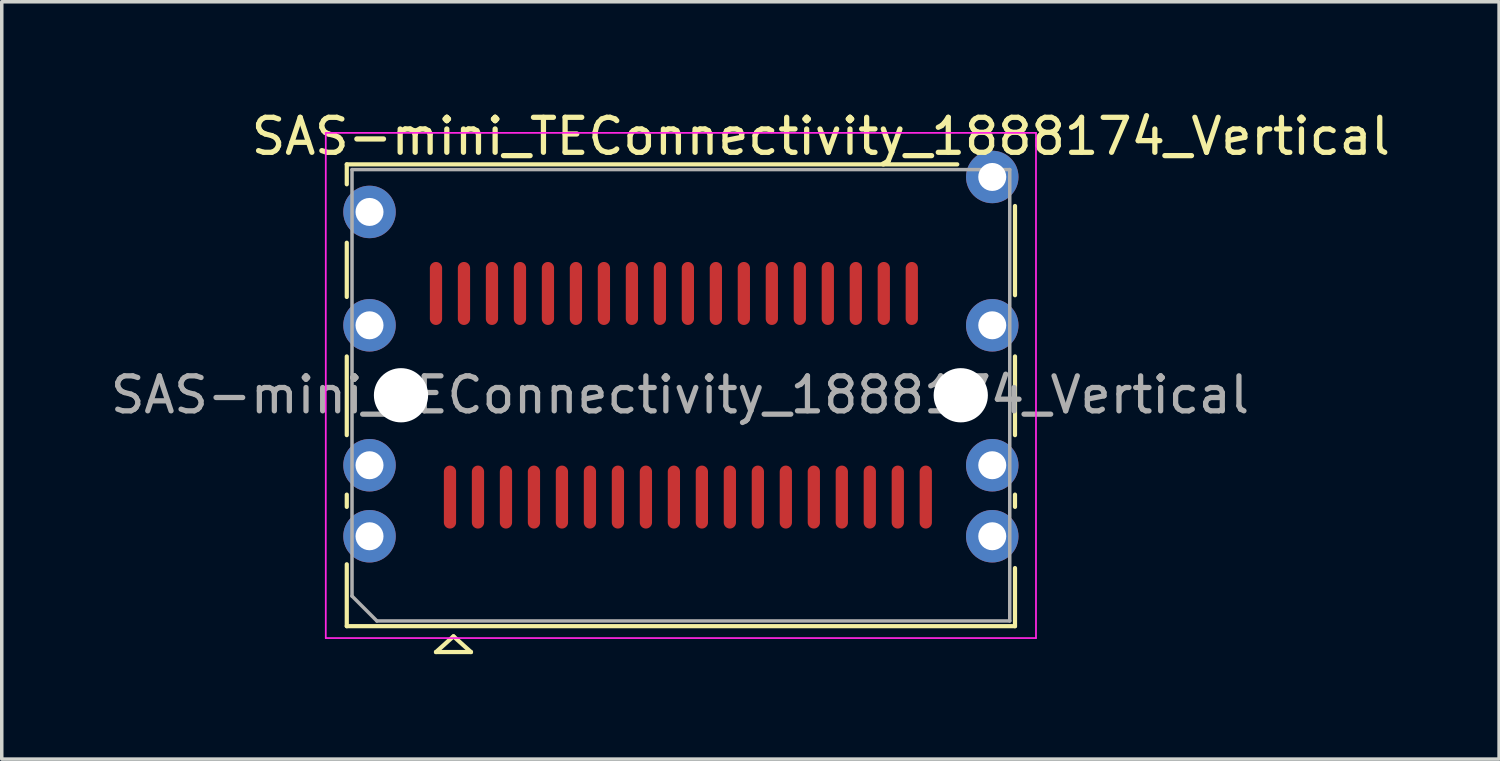
<source format=kicad_pcb>
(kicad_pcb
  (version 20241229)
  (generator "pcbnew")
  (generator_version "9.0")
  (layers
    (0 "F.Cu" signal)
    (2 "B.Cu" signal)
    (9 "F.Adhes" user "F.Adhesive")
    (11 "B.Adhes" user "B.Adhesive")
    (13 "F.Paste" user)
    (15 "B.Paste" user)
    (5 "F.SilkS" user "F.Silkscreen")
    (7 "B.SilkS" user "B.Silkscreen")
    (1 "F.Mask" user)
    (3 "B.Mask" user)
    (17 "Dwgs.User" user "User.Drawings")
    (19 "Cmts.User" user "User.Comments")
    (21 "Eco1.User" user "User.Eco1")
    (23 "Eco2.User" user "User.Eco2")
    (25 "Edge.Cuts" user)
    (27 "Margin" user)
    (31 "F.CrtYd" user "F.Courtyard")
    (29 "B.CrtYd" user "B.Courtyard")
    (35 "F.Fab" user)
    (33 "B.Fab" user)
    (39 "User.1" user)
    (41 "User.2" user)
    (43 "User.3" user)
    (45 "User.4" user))
  (footprint "SAS-mini_TEConnectivity_1888174_Vertical"
    (layer "F.Cu")
    (at 16.412 8.248)
    (property "Reference" "SAS-mini_TEConnectivity_1888174_Vertical" (at 4 -7.4 0) (layer "F.SilkS") (effects (font (size 1 1) (thickness 0.15))))
    (attr smd)
    (fp_line (start -9.55 -6.6) (end -9.55 -6.03) (stroke (width 0.12) (type solid)) (layer "F.SilkS"))
    (fp_line (start -9.55 -4.36) (end -9.55 -2.81) (stroke (width 0.12) (type solid)) (layer "F.SilkS"))
    (fp_line (start -9.55 -1.11) (end -9.55 1.14) (stroke (width 0.12) (type solid)) (layer "F.SilkS"))
    (fp_line (start -9.55 2.84) (end -9.55 3.19) (stroke (width 0.12) (type solid)) (layer "F.SilkS"))
    (fp_line (start -9.55 4.831) (end -9.55 6.6) (stroke (width 0.12) (type solid)) (layer "F.SilkS"))
    (fp_line (start -9.55 6.6) (end 9.55 6.6) (stroke (width 0.12) (type solid)) (layer "F.SilkS"))
    (fp_line (start -7 7.34) (end -6 7.34) (stroke (width 0.12) (type solid)) (layer "F.SilkS"))
    (fp_line (start -6.5 6.89) (end -7 7.34) (stroke (width 0.12) (type solid)) (layer "F.SilkS"))
    (fp_line (start -6 7.34) (end -6.5 6.89) (stroke (width 0.12) (type solid)) (layer "F.SilkS"))
    (fp_line (start 7.9 -6.6) (end -9.55 -6.6) (stroke (width 0.12) (type solid)) (layer "F.SilkS"))
    (fp_line (start 9.55 -5.41) (end 9.55 -2.86) (stroke (width 0.12) (type solid)) (layer "F.SilkS"))
    (fp_line (start 9.55 -1.11) (end 9.55 1.14) (stroke (width 0.12) (type solid)) (layer "F.SilkS"))
    (fp_line (start 9.55 2.84) (end 9.55 3.19) (stroke (width 0.12) (type solid)) (layer "F.SilkS"))
    (fp_line (start 9.55 4.94) (end 9.55 6.6) (stroke (width 0.12) (type solid)) (layer "F.SilkS"))
    (fp_line (start -10.15 -7.5) (end -10.15 6.94) (stroke (width 0.05) (type solid)) (layer "F.CrtYd"))
    (fp_line (start -10.15 -7.5) (end 10.15 -7.5) (stroke (width 0.05) (type solid)) (layer "F.CrtYd"))
    (fp_line (start 10.15 6.94) (end -10.15 6.94) (stroke (width 0.05) (type solid)) (layer "F.CrtYd"))
    (fp_line (start 10.15 6.94) (end 10.15 -7.5) (stroke (width 0.05) (type solid)) (layer "F.CrtYd"))
    (fp_line (start -9.4 -6.45) (end -9.4 5.74) (stroke (width 0.1) (type solid)) (layer "F.Fab"))
    (fp_line (start -9.4 5.74) (end -8.69 6.45) (stroke (width 0.1) (type solid)) (layer "F.Fab"))
    (fp_line (start -8.69 6.45) (end 9.4 6.45) (stroke (width 0.1) (type solid)) (layer "F.Fab"))
    (fp_line (start 9.4 -6.45) (end -9.4 -6.45) (stroke (width 0.1) (type solid)) (layer "F.Fab"))
    (fp_line (start 9.4 6.45) (end 9.4 -6.45) (stroke (width 0.1) (type solid)) (layer "F.Fab"))
    (fp_text user "${REFERENCE}" (at -0.025 -0.01 0) (layer "F.Fab") (effects (font (size 1 1) (thickness 0.15))))
    (pad "" np_thru_hole circle (at -8 0) (size 1.55 1.55) (drill 1.55) (layers "*.Mask" "B.Cu"))
    (pad "" np_thru_hole circle (at 8 0) (size 1.55 1.55) (drill 1.55) (layers "*.Mask" "B.Cu"))
    (pad "1" thru_hole circle (at -8.9 -5.24) (size 1.5 1.5) (drill 0.8) (property pad_prop_mechanical) (layers "*.Cu" "*.Mask"))
    (pad "2" thru_hole circle (at -8.9 -2) (size 1.5 1.5) (drill 0.8) (property pad_prop_mechanical) (layers "*.Cu" "*.Mask"))
    (pad "3" thru_hole circle (at -8.9 2) (size 1.5 1.5) (drill 0.8) (property pad_prop_mechanical) (layers "*.Cu" "*.Mask"))
    (pad "4" thru_hole circle (at -8.9 4.03) (size 1.5 1.5) (drill 0.8) (property pad_prop_mechanical) (layers "*.Cu" "*.Mask"))
    (pad "5" thru_hole circle (at 8.9 -6.24) (size 1.5 1.5) (drill 0.8) (property pad_prop_mechanical) (layers "*.Cu" "*.Mask"))
    (pad "6" thru_hole circle (at 8.9 -2) (size 1.5 1.5) (drill 0.8) (property pad_prop_mechanical) (layers "*.Cu" "*.Mask"))
    (pad "7" thru_hole circle (at 8.9 2) (size 1.5 1.5) (drill 0.8) (property pad_prop_mechanical) (layers "*.Cu" "*.Mask"))
    (pad "8" thru_hole circle (at 8.9 4.03) (size 1.5 1.5) (drill 0.8) (property pad_prop_mechanical) (layers "*.Cu" "*.Mask"))
    (pad "A1" smd oval (at -6.6 2.91) (size 0.35 1.8) (layers "F.Cu" "F.Mask" "F.Paste"))
    (pad "A2" smd oval (at -5.8 2.91) (size 0.35 1.8) (layers "F.Cu" "F.Mask" "F.Paste"))
    (pad "A3" smd oval (at -5 2.91) (size 0.35 1.8) (layers "F.Cu" "F.Mask" "F.Paste"))
    (pad "A4" smd oval (at -4.2 2.91) (size 0.35 1.8) (layers "F.Cu" "F.Mask" "F.Paste"))
    (pad "A5" smd oval (at -3.4 2.91) (size 0.35 1.8) (layers "F.Cu" "F.Mask" "F.Paste"))
    (pad "A6" smd oval (at -2.6 2.91) (size 0.35 1.8) (layers "F.Cu" "F.Mask" "F.Paste"))
    (pad "A7" smd oval (at -1.8 2.91) (size 0.35 1.8) (layers "F.Cu" "F.Mask" "F.Paste"))
    (pad "A8" smd oval (at -1 2.91) (size 0.35 1.8) (layers "F.Cu" "F.Mask" "F.Paste"))
    (pad "A9" smd oval (at -0.2 2.91) (size 0.35 1.8) (layers "F.Cu" "F.Mask" "F.Paste"))
    (pad "A10" smd oval (at 0.6 2.91) (size 0.35 1.8) (layers "F.Cu" "F.Mask" "F.Paste"))
    (pad "A11" smd oval (at 1.4 2.91) (size 0.35 1.8) (layers "F.Cu" "F.Mask" "F.Paste"))
    (pad "A12" smd oval (at 2.2 2.91) (size 0.35 1.8) (layers "F.Cu" "F.Mask" "F.Paste"))
    (pad "A13" smd oval (at 3 2.91) (size 0.35 1.8) (layers "F.Cu" "F.Mask" "F.Paste"))
    (pad "A14" smd oval (at 3.8 2.91) (size 0.35 1.8) (layers "F.Cu" "F.Mask" "F.Paste"))
    (pad "A15" smd oval (at 4.6 2.91) (size 0.35 1.8) (layers "F.Cu" "F.Mask" "F.Paste"))
    (pad "A16" smd oval (at 5.4 2.91) (size 0.35 1.8) (layers "F.Cu" "F.Mask" "F.Paste"))
    (pad "A17" smd oval (at 6.2 2.91) (size 0.35 1.8) (layers "F.Cu" "F.Mask" "F.Paste"))
    (pad "A18" smd oval (at 7 2.91) (size 0.35 1.8) (layers "F.Cu" "F.Mask" "F.Paste"))
    (pad "B1" smd oval (at -7 -2.91) (size 0.35 1.8) (layers "F.Cu" "F.Mask" "F.Paste"))
    (pad "B2" smd oval (at -6.2 -2.91) (size 0.35 1.8) (layers "F.Cu" "F.Mask" "F.Paste"))
    (pad "B3" smd oval (at -5.4 -2.91) (size 0.35 1.8) (layers "F.Cu" "F.Mask" "F.Paste"))
    (pad "B4" smd oval (at -4.6 -2.91) (size 0.35 1.8) (layers "F.Cu" "F.Mask" "F.Paste"))
    (pad "B5" smd oval (at -3.8 -2.91) (size 0.35 1.8) (layers "F.Cu" "F.Mask" "F.Paste"))
    (pad "B6" smd oval (at -3 -2.91) (size 0.35 1.8) (layers "F.Cu" "F.Mask" "F.Paste"))
    (pad "B7" smd oval (at -2.2 -2.91) (size 0.35 1.8) (layers "F.Cu" "F.Mask" "F.Paste"))
    (pad "B8" smd oval (at -1.4 -2.91) (size 0.35 1.8) (layers "F.Cu" "F.Mask" "F.Paste"))
    (pad "B9" smd oval (at -0.6 -2.91) (size 0.35 1.8) (layers "F.Cu" "F.Mask" "F.Paste"))
    (pad "B10" smd oval (at 0.2 -2.91) (size 0.35 1.8) (layers "F.Cu" "F.Mask" "F.Paste"))
    (pad "B11" smd oval (at 1 -2.91) (size 0.35 1.8) (layers "F.Cu" "F.Mask" "F.Paste"))
    (pad "B12" smd oval (at 1.8 -2.91) (size 0.35 1.8) (layers "F.Cu" "F.Mask" "F.Paste"))
    (pad "B13" smd oval (at 2.6 -2.91) (size 0.35 1.8) (layers "F.Cu" "F.Mask" "F.Paste"))
    (pad "B14" smd oval (at 3.4 -2.91) (size 0.35 1.8) (layers "F.Cu" "F.Mask" "F.Paste"))
    (pad "B15" smd oval (at 4.2 -2.91) (size 0.35 1.8) (layers "F.Cu" "F.Mask" "F.Paste"))
    (pad "B16" smd oval (at 5 -2.91) (size 0.35 1.8) (layers "F.Cu" "F.Mask" "F.Paste"))
    (pad "B17" smd oval (at 5.8 -2.91) (size 0.35 1.8) (layers "F.Cu" "F.Mask" "F.Paste"))
    (pad "B18" smd oval (at 6.6 -2.91) (size 0.35 1.8) (layers "F.Cu" "F.Mask" "F.Paste")))
  (gr_rect
    (start -3 -3)
    (end 39.799 18.648)
    (stroke (width 0.1) (type default))
    (fill no)
    (layer "Edge.Cuts")))
</source>
